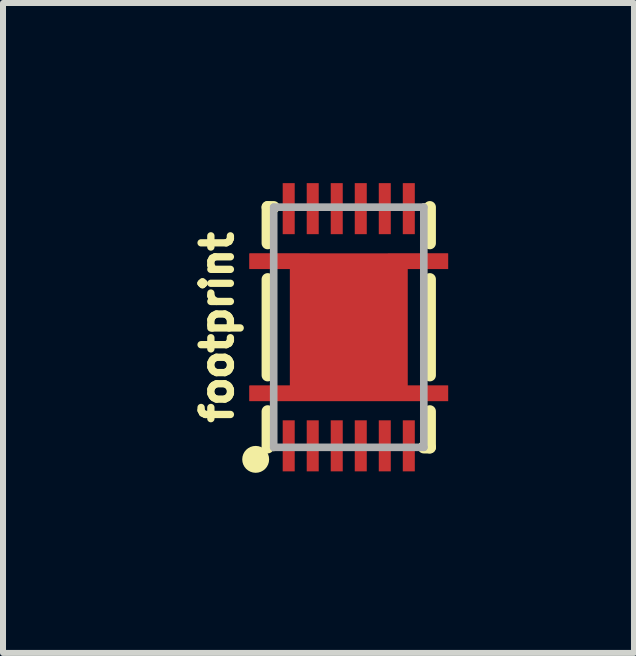
<source format=kicad_pcb>
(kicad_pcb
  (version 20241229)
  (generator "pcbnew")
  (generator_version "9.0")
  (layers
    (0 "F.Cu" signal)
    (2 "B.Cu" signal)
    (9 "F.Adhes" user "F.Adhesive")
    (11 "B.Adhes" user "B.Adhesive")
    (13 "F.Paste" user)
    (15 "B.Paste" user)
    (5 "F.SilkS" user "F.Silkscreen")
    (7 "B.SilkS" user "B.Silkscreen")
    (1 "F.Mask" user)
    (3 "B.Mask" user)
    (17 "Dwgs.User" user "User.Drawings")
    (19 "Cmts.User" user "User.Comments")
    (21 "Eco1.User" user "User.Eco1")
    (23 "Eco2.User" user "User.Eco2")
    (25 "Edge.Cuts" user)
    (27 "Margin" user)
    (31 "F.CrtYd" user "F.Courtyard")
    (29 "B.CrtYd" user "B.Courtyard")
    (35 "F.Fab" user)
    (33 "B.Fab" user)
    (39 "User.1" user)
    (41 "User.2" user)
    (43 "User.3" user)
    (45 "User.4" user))
  (footprint "footprint"
    (layer "F.Cu")
    (at 2.758 2.4)
    (property "Reference" "footprint" (at -1.905 0 90) (layer "F.SilkS") (effects (font (size 0.488 0.488) (thickness 0.122)) (justify bottom)))
    (fp_poly (pts (xy 1.656 -0.969) (xy 0.981 -0.969) (xy 0.981 0.969) (xy 1.656 0.969) (xy 1.656 1.231) (xy -1.656 1.231) (xy -1.656 0.969) (xy -0.981 0.969) (xy -0.981 -0.969) (xy -1.656 -0.969) (xy -1.656 -1.231) (xy 1.656 -1.231)) (stroke (width 0) (type solid)) (fill yes) (layer "F.Cu"))
    (fp_poly (pts (xy -1.75 -0.875) (xy 1.75 -0.875) (xy 1.75 -1.325) (xy -1.75 -1.325)) (stroke (width 0) (type solid)) (fill yes) (layer "F.Mask"))
    (fp_poly (pts (xy 1.75 0.875) (xy -1.75 0.875) (xy -1.75 1.325) (xy 1.75 1.325)) (stroke (width 0) (type solid)) (fill yes) (layer "F.Mask"))
    (fp_line (start -1.35 -2) (end -1.35 -1.4) (stroke (width 0.203) (type solid)) (layer "F.SilkS"))
    (fp_line (start -1.35 -2) (end -1.25 -2) (stroke (width 0.203) (type solid)) (layer "F.SilkS"))
    (fp_line (start -1.35 -0.8) (end -1.35 0.8) (stroke (width 0.203) (type solid)) (layer "F.SilkS"))
    (fp_line (start -1.35 2) (end -1.35 1.4) (stroke (width 0.203) (type solid)) (layer "F.SilkS"))
    (fp_line (start -1.35 2) (end -1.25 2) (stroke (width 0.127) (type solid)) (layer "F.SilkS"))
    (fp_line (start 1.35 -2) (end 1.25 -2) (stroke (width 0.127) (type solid)) (layer "F.SilkS"))
    (fp_line (start 1.35 -2) (end 1.35 -1.4) (stroke (width 0.203) (type solid)) (layer "F.SilkS"))
    (fp_line (start 1.35 0.8) (end 1.35 -0.8) (stroke (width 0.203) (type solid)) (layer "F.SilkS"))
    (fp_line (start 1.35 2) (end 1.25 2) (stroke (width 0.203) (type solid)) (layer "F.SilkS"))
    (fp_line (start 1.35 2) (end 1.35 1.4) (stroke (width 0.203) (type solid)) (layer "F.SilkS"))
    (fp_circle (center -1.55 2.2) (end -1.438 2.2) (stroke (width 0.224) (type solid)) (fill yes) (layer "F.SilkS"))
    (fp_poly (pts (xy -1.625 -0.975) (xy -1.1 -0.975) (xy -1.1 -1.225) (xy -1.625 -1.225)) (stroke (width 0) (type solid)) (fill yes) (layer "F.Paste"))
    (fp_poly (pts (xy -1.625 1.225) (xy -1.1 1.225) (xy -1.1 0.975) (xy -1.625 0.975)) (stroke (width 0) (type solid)) (fill yes) (layer "F.Paste"))
    (fp_poly (pts (xy -1.1 -1.575) (xy -0.9 -1.575) (xy -0.9 -2.375) (xy -1.1 -2.375)) (stroke (width 0) (type solid)) (fill yes) (layer "F.Paste"))
    (fp_poly (pts (xy -0.9 -0.1) (xy -0.1 -0.1) (xy -0.1 -1.1) (xy -0.9 -1.1)) (stroke (width 0) (type solid)) (fill yes) (layer "F.Paste"))
    (fp_poly (pts (xy -0.9 1.1) (xy -0.1 1.1) (xy -0.1 0.1) (xy -0.9 0.1)) (stroke (width 0) (type solid)) (fill yes) (layer "F.Paste"))
    (fp_poly (pts (xy -0.9 1.575) (xy -1.1 1.575) (xy -1.1 2.375) (xy -0.9 2.375)) (stroke (width 0) (type solid)) (fill yes) (layer "F.Paste"))
    (fp_poly (pts (xy -0.7 -1.575) (xy -0.5 -1.575) (xy -0.5 -2.375) (xy -0.7 -2.375)) (stroke (width 0) (type solid)) (fill yes) (layer "F.Paste"))
    (fp_poly (pts (xy -0.5 1.575) (xy -0.7 1.575) (xy -0.7 2.375) (xy -0.5 2.375)) (stroke (width 0) (type solid)) (fill yes) (layer "F.Paste"))
    (fp_poly (pts (xy -0.3 -1.575) (xy -0.1 -1.575) (xy -0.1 -2.375) (xy -0.3 -2.375)) (stroke (width 0) (type solid)) (fill yes) (layer "F.Paste"))
    (fp_poly (pts (xy -0.1 1.575) (xy -0.3 1.575) (xy -0.3 2.375) (xy -0.1 2.375)) (stroke (width 0) (type solid)) (fill yes) (layer "F.Paste"))
    (fp_poly (pts (xy 0.1 -1.575) (xy 0.3 -1.575) (xy 0.3 -2.375) (xy 0.1 -2.375)) (stroke (width 0) (type solid)) (fill yes) (layer "F.Paste"))
    (fp_poly (pts (xy 0.3 1.575) (xy 0.1 1.575) (xy 0.1 2.375) (xy 0.3 2.375)) (stroke (width 0) (type solid)) (fill yes) (layer "F.Paste"))
    (fp_poly (pts (xy 0.5 -1.575) (xy 0.7 -1.575) (xy 0.7 -2.375) (xy 0.5 -2.375)) (stroke (width 0) (type solid)) (fill yes) (layer "F.Paste"))
    (fp_poly (pts (xy 0.5 -1.575) (xy 0.7 -1.575) (xy 0.7 -2.375) (xy 0.5 -2.375)) (stroke (width 0) (type solid)) (fill yes) (layer "F.Paste"))
    (fp_poly (pts (xy 0.7 1.575) (xy 0.5 1.575) (xy 0.5 2.375) (xy 0.7 2.375)) (stroke (width 0) (type solid)) (fill yes) (layer "F.Paste"))
    (fp_poly (pts (xy 0.9 -1.575) (xy 1.1 -1.575) (xy 1.1 -2.375) (xy 0.9 -2.375)) (stroke (width 0) (type solid)) (fill yes) (layer "F.Paste"))
    (fp_poly (pts (xy 0.9 -1.1) (xy 0.1 -1.1) (xy 0.1 -0.1) (xy 0.9 -0.1)) (stroke (width 0) (type solid)) (fill yes) (layer "F.Paste"))
    (fp_poly (pts (xy 0.9 0.1) (xy 0.1 0.1) (xy 0.1 1.1) (xy 0.9 1.1)) (stroke (width 0) (type solid)) (fill yes) (layer "F.Paste"))
    (fp_poly (pts (xy 1.1 1.575) (xy 0.9 1.575) (xy 0.9 2.375) (xy 1.1 2.375)) (stroke (width 0) (type solid)) (fill yes) (layer "F.Paste"))
    (fp_poly (pts (xy 1.625 -1.225) (xy 1.1 -1.225) (xy 1.1 -0.975) (xy 1.625 -0.975)) (stroke (width 0) (type solid)) (fill yes) (layer "F.Paste"))
    (fp_poly (pts (xy 1.625 0.975) (xy 1.1 0.975) (xy 1.1 1.225) (xy 1.625 1.225)) (stroke (width 0) (type solid)) (fill yes) (layer "F.Paste"))
    (fp_line (start -1.25 -2) (end -1.25 2) (stroke (width 0.127) (type solid)) (layer "F.Fab"))
    (fp_line (start -1.25 2) (end 1.25 2) (stroke (width 0.127) (type solid)) (layer "F.Fab"))
    (fp_line (start 1.25 -2) (end -1.25 -2) (stroke (width 0.127) (type solid)) (layer "F.Fab"))
    (fp_line (start 1.25 2) (end 1.25 -2) (stroke (width 0.127) (type solid)) (layer "F.Fab"))
    (pad "1" smd rect (at -1 1.975) (size 0.2 0.85) (layers "F.Cu" "F.Mask"))
    (pad "2" smd rect (at -0.6 1.975) (size 0.2 0.85) (layers "F.Cu" "F.Mask"))
    (pad "3" smd rect (at -0.2 1.975) (size 0.2 0.85) (layers "F.Cu" "F.Mask"))
    (pad "4" smd rect (at 0.2 1.975) (size 0.2 0.85) (layers "F.Cu" "F.Mask"))
    (pad "5" smd rect (at 0.6 1.975) (size 0.2 0.85) (layers "F.Cu" "F.Mask"))
    (pad "6" smd rect (at 1 1.975) (size 0.2 0.85) (layers "F.Cu" "F.Mask"))
    (pad "7" smd rect (at 1 -1.975 180) (size 0.2 0.85) (layers "F.Cu" "F.Mask"))
    (pad "8" smd rect (at 0.6 -1.975 180) (size 0.2 0.85) (layers "F.Cu" "F.Mask"))
    (pad "9" smd rect (at 0.2 -1.975 180) (size 0.2 0.85) (layers "F.Cu" "F.Mask"))
    (pad "10" smd rect (at -0.2 -1.975 180) (size 0.2 0.85) (layers "F.Cu" "F.Mask"))
    (pad "11" smd rect (at -0.6 -1.975 180) (size 0.2 0.85) (layers "F.Cu" "F.Mask"))
    (pad "12" smd rect (at -1 -1.975 180) (size 0.2 0.85) (layers "F.Cu" "F.Mask"))
    (pad "EP" smd rect (at 0 0) (size 1.95 1.95) (layers "F.Cu" "F.Mask"))
    (pad "EP1" smd rect (at -1.15 -1.1) (size 1 0.25) (layers "F.Cu" "F.Mask"))
    (pad "EP2" smd rect (at -1.15 1.1) (size 1 0.25) (layers "F.Cu" "F.Mask"))
    (pad "EP3" smd rect (at 1.15 1.1 180) (size 1 0.25) (layers "F.Cu" "F.Mask"))
    (pad "EP4" smd rect (at 1.15 -1.1 180) (size 1 0.25) (layers "F.Cu" "F.Mask")))
  (gr_rect
    (start -3 -3)
    (end 7.508 7.824)
    (stroke (width 0.1) (type default))
    (fill no)
    (layer "Edge.Cuts")))
</source>
